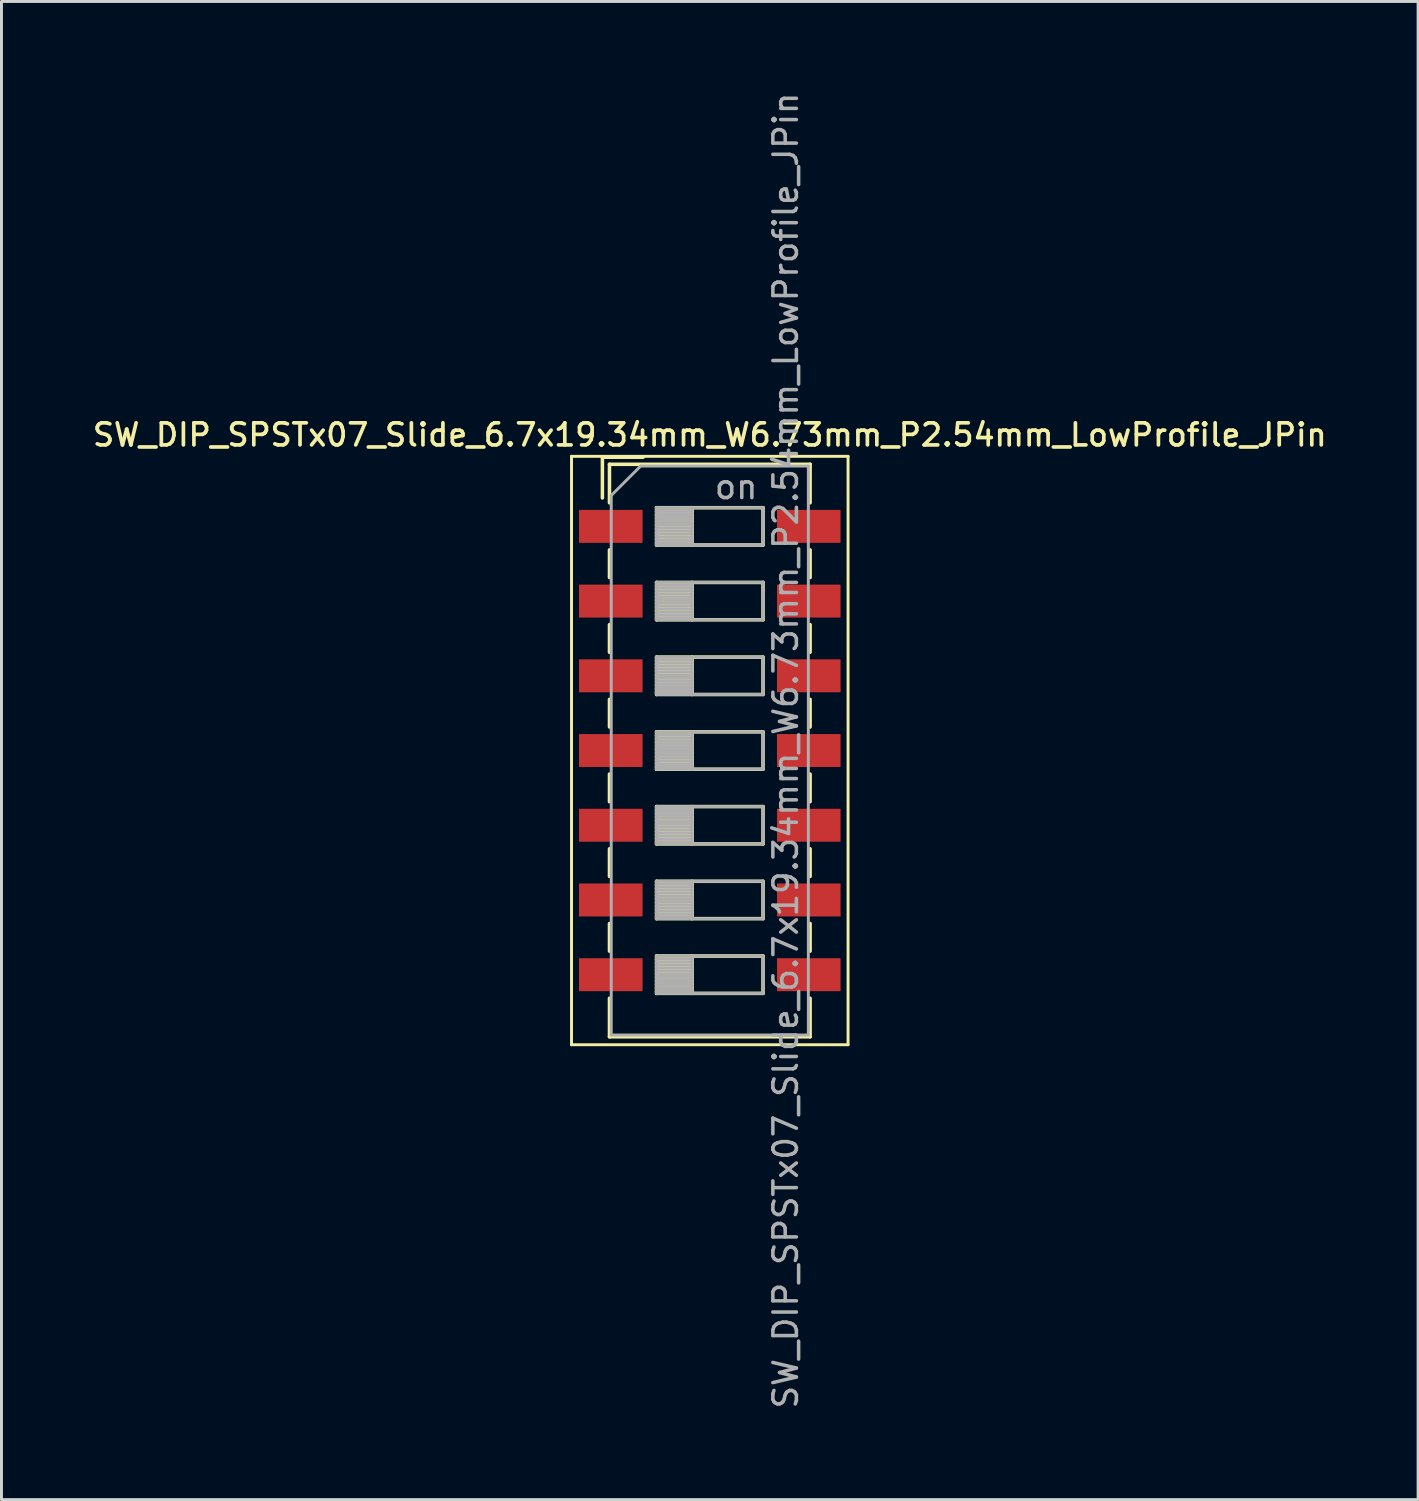
<source format=kicad_pcb>
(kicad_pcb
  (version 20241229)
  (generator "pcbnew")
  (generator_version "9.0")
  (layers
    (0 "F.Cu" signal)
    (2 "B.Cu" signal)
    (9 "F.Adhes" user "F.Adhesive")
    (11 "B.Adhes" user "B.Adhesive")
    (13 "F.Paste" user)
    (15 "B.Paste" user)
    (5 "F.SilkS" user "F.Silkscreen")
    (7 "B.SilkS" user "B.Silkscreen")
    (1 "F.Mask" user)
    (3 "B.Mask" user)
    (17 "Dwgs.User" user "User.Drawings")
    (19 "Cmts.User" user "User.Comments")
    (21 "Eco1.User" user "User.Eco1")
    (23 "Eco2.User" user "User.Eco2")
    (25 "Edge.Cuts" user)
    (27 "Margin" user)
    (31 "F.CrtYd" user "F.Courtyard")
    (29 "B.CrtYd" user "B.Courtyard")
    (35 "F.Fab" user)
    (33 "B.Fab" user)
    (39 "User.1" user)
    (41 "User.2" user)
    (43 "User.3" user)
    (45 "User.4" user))
  (footprint "SW_DIP_SPSTx07_Slide_6.7x19.34mm_W6.73mm_P2.54mm_LowProfile_JPin"
    (layer "F.Cu")
    (at 21.077 22.462)
    (property "Reference" "SW_DIP_SPSTx07_Slide_6.7x19.34mm_W6.73mm_P2.54mm_LowProfile_JPin" (at 0 -10.73 0) (layer "F.SilkS") (effects (font (size 0.75 0.75) (thickness 0.125))))
    (attr smd)
    (fp_line (start -4.7 -10) (end -4.7 10) (stroke (width 0.1) (type solid)) (layer "F.SilkS"))
    (fp_line (start -4.7 10) (end 4.7 10) (stroke (width 0.1) (type solid)) (layer "F.SilkS"))
    (fp_line (start -3.65 -9.97) (end -3.65 -8.587) (stroke (width 0.12) (type solid)) (layer "F.SilkS"))
    (fp_line (start -3.65 -9.97) (end -2.267 -9.97) (stroke (width 0.12) (type solid)) (layer "F.SilkS"))
    (fp_line (start -3.41 -9.73) (end -3.41 -8.42) (stroke (width 0.12) (type solid)) (layer "F.SilkS"))
    (fp_line (start -3.41 -9.73) (end 3.41 -9.73) (stroke (width 0.12) (type solid)) (layer "F.SilkS"))
    (fp_line (start -3.41 -6.82) (end -3.41 -5.88) (stroke (width 0.12) (type solid)) (layer "F.SilkS"))
    (fp_line (start -3.41 -4.28) (end -3.41 -3.34) (stroke (width 0.12) (type solid)) (layer "F.SilkS"))
    (fp_line (start -3.41 -1.74) (end -3.41 -0.8) (stroke (width 0.12) (type solid)) (layer "F.SilkS"))
    (fp_line (start -3.41 0.8) (end -3.41 1.74) (stroke (width 0.12) (type solid)) (layer "F.SilkS"))
    (fp_line (start -3.41 3.34) (end -3.41 4.28) (stroke (width 0.12) (type solid)) (layer "F.SilkS"))
    (fp_line (start -3.41 5.88) (end -3.41 6.82) (stroke (width 0.12) (type solid)) (layer "F.SilkS"))
    (fp_line (start -3.41 8.42) (end -3.41 9.73) (stroke (width 0.12) (type solid)) (layer "F.SilkS"))
    (fp_line (start -3.41 9.73) (end 3.41 9.73) (stroke (width 0.12) (type solid)) (layer "F.SilkS"))
    (fp_line (start -1.81 -8.255) (end -1.81 -6.985) (stroke (width 0.12) (type solid)) (layer "F.SilkS"))
    (fp_line (start -1.81 -8.135) (end -0.603 -8.135) (stroke (width 0.12) (type solid)) (layer "F.SilkS"))
    (fp_line (start -1.81 -8.015) (end -0.603 -8.015) (stroke (width 0.12) (type solid)) (layer "F.SilkS"))
    (fp_line (start -1.81 -7.895) (end -0.603 -7.895) (stroke (width 0.12) (type solid)) (layer "F.SilkS"))
    (fp_line (start -1.81 -7.775) (end -0.603 -7.775) (stroke (width 0.12) (type solid)) (layer "F.SilkS"))
    (fp_line (start -1.81 -7.655) (end -0.603 -7.655) (stroke (width 0.12) (type solid)) (layer "F.SilkS"))
    (fp_line (start -1.81 -7.535) (end -0.603 -7.535) (stroke (width 0.12) (type solid)) (layer "F.SilkS"))
    (fp_line (start -1.81 -7.415) (end -0.603 -7.415) (stroke (width 0.12) (type solid)) (layer "F.SilkS"))
    (fp_line (start -1.81 -7.295) (end -0.603 -7.295) (stroke (width 0.12) (type solid)) (layer "F.SilkS"))
    (fp_line (start -1.81 -7.175) (end -0.603 -7.175) (stroke (width 0.12) (type solid)) (layer "F.SilkS"))
    (fp_line (start -1.81 -7.055) (end -0.603 -7.055) (stroke (width 0.12) (type solid)) (layer "F.SilkS"))
    (fp_line (start -1.81 -6.985) (end 1.81 -6.985) (stroke (width 0.12) (type solid)) (layer "F.SilkS"))
    (fp_line (start -1.81 -5.715) (end -1.81 -4.445) (stroke (width 0.12) (type solid)) (layer "F.SilkS"))
    (fp_line (start -1.81 -5.595) (end -0.603 -5.595) (stroke (width 0.12) (type solid)) (layer "F.SilkS"))
    (fp_line (start -1.81 -5.475) (end -0.603 -5.475) (stroke (width 0.12) (type solid)) (layer "F.SilkS"))
    (fp_line (start -1.81 -5.355) (end -0.603 -5.355) (stroke (width 0.12) (type solid)) (layer "F.SilkS"))
    (fp_line (start -1.81 -5.235) (end -0.603 -5.235) (stroke (width 0.12) (type solid)) (layer "F.SilkS"))
    (fp_line (start -1.81 -5.115) (end -0.603 -5.115) (stroke (width 0.12) (type solid)) (layer "F.SilkS"))
    (fp_line (start -1.81 -4.995) (end -0.603 -4.995) (stroke (width 0.12) (type solid)) (layer "F.SilkS"))
    (fp_line (start -1.81 -4.875) (end -0.603 -4.875) (stroke (width 0.12) (type solid)) (layer "F.SilkS"))
    (fp_line (start -1.81 -4.755) (end -0.603 -4.755) (stroke (width 0.12) (type solid)) (layer "F.SilkS"))
    (fp_line (start -1.81 -4.635) (end -0.603 -4.635) (stroke (width 0.12) (type solid)) (layer "F.SilkS"))
    (fp_line (start -1.81 -4.515) (end -0.603 -4.515) (stroke (width 0.12) (type solid)) (layer "F.SilkS"))
    (fp_line (start -1.81 -4.445) (end 1.81 -4.445) (stroke (width 0.12) (type solid)) (layer "F.SilkS"))
    (fp_line (start -1.81 -3.175) (end -1.81 -1.905) (stroke (width 0.12) (type solid)) (layer "F.SilkS"))
    (fp_line (start -1.81 -3.055) (end -0.603 -3.055) (stroke (width 0.12) (type solid)) (layer "F.SilkS"))
    (fp_line (start -1.81 -2.935) (end -0.603 -2.935) (stroke (width 0.12) (type solid)) (layer "F.SilkS"))
    (fp_line (start -1.81 -2.815) (end -0.603 -2.815) (stroke (width 0.12) (type solid)) (layer "F.SilkS"))
    (fp_line (start -1.81 -2.695) (end -0.603 -2.695) (stroke (width 0.12) (type solid)) (layer "F.SilkS"))
    (fp_line (start -1.81 -2.575) (end -0.603 -2.575) (stroke (width 0.12) (type solid)) (layer "F.SilkS"))
    (fp_line (start -1.81 -2.455) (end -0.603 -2.455) (stroke (width 0.12) (type solid)) (layer "F.SilkS"))
    (fp_line (start -1.81 -2.335) (end -0.603 -2.335) (stroke (width 0.12) (type solid)) (layer "F.SilkS"))
    (fp_line (start -1.81 -2.215) (end -0.603 -2.215) (stroke (width 0.12) (type solid)) (layer "F.SilkS"))
    (fp_line (start -1.81 -2.095) (end -0.603 -2.095) (stroke (width 0.12) (type solid)) (layer "F.SilkS"))
    (fp_line (start -1.81 -1.975) (end -0.603 -1.975) (stroke (width 0.12) (type solid)) (layer "F.SilkS"))
    (fp_line (start -1.81 -1.905) (end 1.81 -1.905) (stroke (width 0.12) (type solid)) (layer "F.SilkS"))
    (fp_line (start -1.81 -0.635) (end -1.81 0.635) (stroke (width 0.12) (type solid)) (layer "F.SilkS"))
    (fp_line (start -1.81 -0.515) (end -0.603 -0.515) (stroke (width 0.12) (type solid)) (layer "F.SilkS"))
    (fp_line (start -1.81 -0.395) (end -0.603 -0.395) (stroke (width 0.12) (type solid)) (layer "F.SilkS"))
    (fp_line (start -1.81 -0.275) (end -0.603 -0.275) (stroke (width 0.12) (type solid)) (layer "F.SilkS"))
    (fp_line (start -1.81 -0.155) (end -0.603 -0.155) (stroke (width 0.12) (type solid)) (layer "F.SilkS"))
    (fp_line (start -1.81 -0.035) (end -0.603 -0.035) (stroke (width 0.12) (type solid)) (layer "F.SilkS"))
    (fp_line (start -1.81 0.085) (end -0.603 0.085) (stroke (width 0.12) (type solid)) (layer "F.SilkS"))
    (fp_line (start -1.81 0.205) (end -0.603 0.205) (stroke (width 0.12) (type solid)) (layer "F.SilkS"))
    (fp_line (start -1.81 0.325) (end -0.603 0.325) (stroke (width 0.12) (type solid)) (layer "F.SilkS"))
    (fp_line (start -1.81 0.445) (end -0.603 0.445) (stroke (width 0.12) (type solid)) (layer "F.SilkS"))
    (fp_line (start -1.81 0.565) (end -0.603 0.565) (stroke (width 0.12) (type solid)) (layer "F.SilkS"))
    (fp_line (start -1.81 0.635) (end 1.81 0.635) (stroke (width 0.12) (type solid)) (layer "F.SilkS"))
    (fp_line (start -1.81 1.905) (end -1.81 3.175) (stroke (width 0.12) (type solid)) (layer "F.SilkS"))
    (fp_line (start -1.81 2.025) (end -0.603 2.025) (stroke (width 0.12) (type solid)) (layer "F.SilkS"))
    (fp_line (start -1.81 2.145) (end -0.603 2.145) (stroke (width 0.12) (type solid)) (layer "F.SilkS"))
    (fp_line (start -1.81 2.265) (end -0.603 2.265) (stroke (width 0.12) (type solid)) (layer "F.SilkS"))
    (fp_line (start -1.81 2.385) (end -0.603 2.385) (stroke (width 0.12) (type solid)) (layer "F.SilkS"))
    (fp_line (start -1.81 2.505) (end -0.603 2.505) (stroke (width 0.12) (type solid)) (layer "F.SilkS"))
    (fp_line (start -1.81 2.625) (end -0.603 2.625) (stroke (width 0.12) (type solid)) (layer "F.SilkS"))
    (fp_line (start -1.81 2.745) (end -0.603 2.745) (stroke (width 0.12) (type solid)) (layer "F.SilkS"))
    (fp_line (start -1.81 2.865) (end -0.603 2.865) (stroke (width 0.12) (type solid)) (layer "F.SilkS"))
    (fp_line (start -1.81 2.985) (end -0.603 2.985) (stroke (width 0.12) (type solid)) (layer "F.SilkS"))
    (fp_line (start -1.81 3.105) (end -0.603 3.105) (stroke (width 0.12) (type solid)) (layer "F.SilkS"))
    (fp_line (start -1.81 3.175) (end 1.81 3.175) (stroke (width 0.12) (type solid)) (layer "F.SilkS"))
    (fp_line (start -1.81 4.445) (end -1.81 5.715) (stroke (width 0.12) (type solid)) (layer "F.SilkS"))
    (fp_line (start -1.81 4.565) (end -0.603 4.565) (stroke (width 0.12) (type solid)) (layer "F.SilkS"))
    (fp_line (start -1.81 4.685) (end -0.603 4.685) (stroke (width 0.12) (type solid)) (layer "F.SilkS"))
    (fp_line (start -1.81 4.805) (end -0.603 4.805) (stroke (width 0.12) (type solid)) (layer "F.SilkS"))
    (fp_line (start -1.81 4.925) (end -0.603 4.925) (stroke (width 0.12) (type solid)) (layer "F.SilkS"))
    (fp_line (start -1.81 5.045) (end -0.603 5.045) (stroke (width 0.12) (type solid)) (layer "F.SilkS"))
    (fp_line (start -1.81 5.165) (end -0.603 5.165) (stroke (width 0.12) (type solid)) (layer "F.SilkS"))
    (fp_line (start -1.81 5.285) (end -0.603 5.285) (stroke (width 0.12) (type solid)) (layer "F.SilkS"))
    (fp_line (start -1.81 5.405) (end -0.603 5.405) (stroke (width 0.12) (type solid)) (layer "F.SilkS"))
    (fp_line (start -1.81 5.525) (end -0.603 5.525) (stroke (width 0.12) (type solid)) (layer "F.SilkS"))
    (fp_line (start -1.81 5.645) (end -0.603 5.645) (stroke (width 0.12) (type solid)) (layer "F.SilkS"))
    (fp_line (start -1.81 5.715) (end 1.81 5.715) (stroke (width 0.12) (type solid)) (layer "F.SilkS"))
    (fp_line (start -1.81 6.985) (end -1.81 8.255) (stroke (width 0.12) (type solid)) (layer "F.SilkS"))
    (fp_line (start -1.81 7.105) (end -0.603 7.105) (stroke (width 0.12) (type solid)) (layer "F.SilkS"))
    (fp_line (start -1.81 7.225) (end -0.603 7.225) (stroke (width 0.12) (type solid)) (layer "F.SilkS"))
    (fp_line (start -1.81 7.345) (end -0.603 7.345) (stroke (width 0.12) (type solid)) (layer "F.SilkS"))
    (fp_line (start -1.81 7.465) (end -0.603 7.465) (stroke (width 0.12) (type solid)) (layer "F.SilkS"))
    (fp_line (start -1.81 7.585) (end -0.603 7.585) (stroke (width 0.12) (type solid)) (layer "F.SilkS"))
    (fp_line (start -1.81 7.705) (end -0.603 7.705) (stroke (width 0.12) (type solid)) (layer "F.SilkS"))
    (fp_line (start -1.81 7.825) (end -0.603 7.825) (stroke (width 0.12) (type solid)) (layer "F.SilkS"))
    (fp_line (start -1.81 7.945) (end -0.603 7.945) (stroke (width 0.12) (type solid)) (layer "F.SilkS"))
    (fp_line (start -1.81 8.065) (end -0.603 8.065) (stroke (width 0.12) (type solid)) (layer "F.SilkS"))
    (fp_line (start -1.81 8.185) (end -0.603 8.185) (stroke (width 0.12) (type solid)) (layer "F.SilkS"))
    (fp_line (start -1.81 8.255) (end 1.81 8.255) (stroke (width 0.12) (type solid)) (layer "F.SilkS"))
    (fp_line (start -0.603 -8.255) (end -0.603 -6.985) (stroke (width 0.12) (type solid)) (layer "F.SilkS"))
    (fp_line (start -0.603 -5.715) (end -0.603 -4.445) (stroke (width 0.12) (type solid)) (layer "F.SilkS"))
    (fp_line (start -0.603 -3.175) (end -0.603 -1.905) (stroke (width 0.12) (type solid)) (layer "F.SilkS"))
    (fp_line (start -0.603 -0.635) (end -0.603 0.635) (stroke (width 0.12) (type solid)) (layer "F.SilkS"))
    (fp_line (start -0.603 1.905) (end -0.603 3.175) (stroke (width 0.12) (type solid)) (layer "F.SilkS"))
    (fp_line (start -0.603 4.445) (end -0.603 5.715) (stroke (width 0.12) (type solid)) (layer "F.SilkS"))
    (fp_line (start -0.603 6.985) (end -0.603 8.255) (stroke (width 0.12) (type solid)) (layer "F.SilkS"))
    (fp_line (start 1.81 -8.255) (end -1.81 -8.255) (stroke (width 0.12) (type solid)) (layer "F.SilkS"))
    (fp_line (start 1.81 -6.985) (end 1.81 -8.255) (stroke (width 0.12) (type solid)) (layer "F.SilkS"))
    (fp_line (start 1.81 -5.715) (end -1.81 -5.715) (stroke (width 0.12) (type solid)) (layer "F.SilkS"))
    (fp_line (start 1.81 -4.445) (end 1.81 -5.715) (stroke (width 0.12) (type solid)) (layer "F.SilkS"))
    (fp_line (start 1.81 -3.175) (end -1.81 -3.175) (stroke (width 0.12) (type solid)) (layer "F.SilkS"))
    (fp_line (start 1.81 -1.905) (end 1.81 -3.175) (stroke (width 0.12) (type solid)) (layer "F.SilkS"))
    (fp_line (start 1.81 -0.635) (end -1.81 -0.635) (stroke (width 0.12) (type solid)) (layer "F.SilkS"))
    (fp_line (start 1.81 0.635) (end 1.81 -0.635) (stroke (width 0.12) (type solid)) (layer "F.SilkS"))
    (fp_line (start 1.81 1.905) (end -1.81 1.905) (stroke (width 0.12) (type solid)) (layer "F.SilkS"))
    (fp_line (start 1.81 3.175) (end 1.81 1.905) (stroke (width 0.12) (type solid)) (layer "F.SilkS"))
    (fp_line (start 1.81 4.445) (end -1.81 4.445) (stroke (width 0.12) (type solid)) (layer "F.SilkS"))
    (fp_line (start 1.81 5.715) (end 1.81 4.445) (stroke (width 0.12) (type solid)) (layer "F.SilkS"))
    (fp_line (start 1.81 6.985) (end -1.81 6.985) (stroke (width 0.12) (type solid)) (layer "F.SilkS"))
    (fp_line (start 1.81 8.255) (end 1.81 6.985) (stroke (width 0.12) (type solid)) (layer "F.SilkS"))
    (fp_line (start 3.41 -9.73) (end 3.41 -8.42) (stroke (width 0.12) (type solid)) (layer "F.SilkS"))
    (fp_line (start 3.41 -6.82) (end 3.41 -5.88) (stroke (width 0.12) (type solid)) (layer "F.SilkS"))
    (fp_line (start 3.41 -4.28) (end 3.41 -3.34) (stroke (width 0.12) (type solid)) (layer "F.SilkS"))
    (fp_line (start 3.41 -1.74) (end 3.41 -0.8) (stroke (width 0.12) (type solid)) (layer "F.SilkS"))
    (fp_line (start 3.41 0.8) (end 3.41 1.74) (stroke (width 0.12) (type solid)) (layer "F.SilkS"))
    (fp_line (start 3.41 3.34) (end 3.41 4.28) (stroke (width 0.12) (type solid)) (layer "F.SilkS"))
    (fp_line (start 3.41 5.88) (end 3.41 6.82) (stroke (width 0.12) (type solid)) (layer "F.SilkS"))
    (fp_line (start 3.41 8.42) (end 3.41 9.73) (stroke (width 0.12) (type solid)) (layer "F.SilkS"))
    (fp_line (start 4.7 -10) (end -4.7 -10) (stroke (width 0.1) (type solid)) (layer "F.SilkS"))
    (fp_line (start 4.7 10) (end 4.7 -10) (stroke (width 0.1) (type solid)) (layer "F.SilkS"))
    (fp_line (start -3.35 -8.67) (end -2.35 -9.67) (stroke (width 0.1) (type solid)) (layer "F.Fab"))
    (fp_line (start -3.35 9.67) (end -3.35 -8.67) (stroke (width 0.1) (type solid)) (layer "F.Fab"))
    (fp_line (start -2.35 -9.67) (end 3.35 -9.67) (stroke (width 0.1) (type solid)) (layer "F.Fab"))
    (fp_line (start -1.81 -8.255) (end -1.81 -6.985) (stroke (width 0.1) (type solid)) (layer "F.Fab"))
    (fp_line (start -1.81 -8.155) (end -0.603 -8.155) (stroke (width 0.1) (type solid)) (layer "F.Fab"))
    (fp_line (start -1.81 -8.055) (end -0.603 -8.055) (stroke (width 0.1) (type solid)) (layer "F.Fab"))
    (fp_line (start -1.81 -7.955) (end -0.603 -7.955) (stroke (width 0.1) (type solid)) (layer "F.Fab"))
    (fp_line (start -1.81 -7.855) (end -0.603 -7.855) (stroke (width 0.1) (type solid)) (layer "F.Fab"))
    (fp_line (start -1.81 -7.755) (end -0.603 -7.755) (stroke (width 0.1) (type solid)) (layer "F.Fab"))
    (fp_line (start -1.81 -7.655) (end -0.603 -7.655) (stroke (width 0.1) (type solid)) (layer "F.Fab"))
    (fp_line (start -1.81 -7.555) (end -0.603 -7.555) (stroke (width 0.1) (type solid)) (layer "F.Fab"))
    (fp_line (start -1.81 -7.455) (end -0.603 -7.455) (stroke (width 0.1) (type solid)) (layer "F.Fab"))
    (fp_line (start -1.81 -7.355) (end -0.603 -7.355) (stroke (width 0.1) (type solid)) (layer "F.Fab"))
    (fp_line (start -1.81 -7.255) (end -0.603 -7.255) (stroke (width 0.1) (type solid)) (layer "F.Fab"))
    (fp_line (start -1.81 -7.155) (end -0.603 -7.155) (stroke (width 0.1) (type solid)) (layer "F.Fab"))
    (fp_line (start -1.81 -7.055) (end -0.603 -7.055) (stroke (width 0.1) (type solid)) (layer "F.Fab"))
    (fp_line (start -1.81 -6.985) (end 1.81 -6.985) (stroke (width 0.1) (type solid)) (layer "F.Fab"))
    (fp_line (start -1.81 -5.715) (end -1.81 -4.445) (stroke (width 0.1) (type solid)) (layer "F.Fab"))
    (fp_line (start -1.81 -5.615) (end -0.603 -5.615) (stroke (width 0.1) (type solid)) (layer "F.Fab"))
    (fp_line (start -1.81 -5.515) (end -0.603 -5.515) (stroke (width 0.1) (type solid)) (layer "F.Fab"))
    (fp_line (start -1.81 -5.415) (end -0.603 -5.415) (stroke (width 0.1) (type solid)) (layer "F.Fab"))
    (fp_line (start -1.81 -5.315) (end -0.603 -5.315) (stroke (width 0.1) (type solid)) (layer "F.Fab"))
    (fp_line (start -1.81 -5.215) (end -0.603 -5.215) (stroke (width 0.1) (type solid)) (layer "F.Fab"))
    (fp_line (start -1.81 -5.115) (end -0.603 -5.115) (stroke (width 0.1) (type solid)) (layer "F.Fab"))
    (fp_line (start -1.81 -5.015) (end -0.603 -5.015) (stroke (width 0.1) (type solid)) (layer "F.Fab"))
    (fp_line (start -1.81 -4.915) (end -0.603 -4.915) (stroke (width 0.1) (type solid)) (layer "F.Fab"))
    (fp_line (start -1.81 -4.815) (end -0.603 -4.815) (stroke (width 0.1) (type solid)) (layer "F.Fab"))
    (fp_line (start -1.81 -4.715) (end -0.603 -4.715) (stroke (width 0.1) (type solid)) (layer "F.Fab"))
    (fp_line (start -1.81 -4.615) (end -0.603 -4.615) (stroke (width 0.1) (type solid)) (layer "F.Fab"))
    (fp_line (start -1.81 -4.515) (end -0.603 -4.515) (stroke (width 0.1) (type solid)) (layer "F.Fab"))
    (fp_line (start -1.81 -4.445) (end 1.81 -4.445) (stroke (width 0.1) (type solid)) (layer "F.Fab"))
    (fp_line (start -1.81 -3.175) (end -1.81 -1.905) (stroke (width 0.1) (type solid)) (layer "F.Fab"))
    (fp_line (start -1.81 -3.075) (end -0.603 -3.075) (stroke (width 0.1) (type solid)) (layer "F.Fab"))
    (fp_line (start -1.81 -2.975) (end -0.603 -2.975) (stroke (width 0.1) (type solid)) (layer "F.Fab"))
    (fp_line (start -1.81 -2.875) (end -0.603 -2.875) (stroke (width 0.1) (type solid)) (layer "F.Fab"))
    (fp_line (start -1.81 -2.775) (end -0.603 -2.775) (stroke (width 0.1) (type solid)) (layer "F.Fab"))
    (fp_line (start -1.81 -2.675) (end -0.603 -2.675) (stroke (width 0.1) (type solid)) (layer "F.Fab"))
    (fp_line (start -1.81 -2.575) (end -0.603 -2.575) (stroke (width 0.1) (type solid)) (layer "F.Fab"))
    (fp_line (start -1.81 -2.475) (end -0.603 -2.475) (stroke (width 0.1) (type solid)) (layer "F.Fab"))
    (fp_line (start -1.81 -2.375) (end -0.603 -2.375) (stroke (width 0.1) (type solid)) (layer "F.Fab"))
    (fp_line (start -1.81 -2.275) (end -0.603 -2.275) (stroke (width 0.1) (type solid)) (layer "F.Fab"))
    (fp_line (start -1.81 -2.175) (end -0.603 -2.175) (stroke (width 0.1) (type solid)) (layer "F.Fab"))
    (fp_line (start -1.81 -2.075) (end -0.603 -2.075) (stroke (width 0.1) (type solid)) (layer "F.Fab"))
    (fp_line (start -1.81 -1.975) (end -0.603 -1.975) (stroke (width 0.1) (type solid)) (layer "F.Fab"))
    (fp_line (start -1.81 -1.905) (end 1.81 -1.905) (stroke (width 0.1) (type solid)) (layer "F.Fab"))
    (fp_line (start -1.81 -0.635) (end -1.81 0.635) (stroke (width 0.1) (type solid)) (layer "F.Fab"))
    (fp_line (start -1.81 -0.535) (end -0.603 -0.535) (stroke (width 0.1) (type solid)) (layer "F.Fab"))
    (fp_line (start -1.81 -0.435) (end -0.603 -0.435) (stroke (width 0.1) (type solid)) (layer "F.Fab"))
    (fp_line (start -1.81 -0.335) (end -0.603 -0.335) (stroke (width 0.1) (type solid)) (layer "F.Fab"))
    (fp_line (start -1.81 -0.235) (end -0.603 -0.235) (stroke (width 0.1) (type solid)) (layer "F.Fab"))
    (fp_line (start -1.81 -0.135) (end -0.603 -0.135) (stroke (width 0.1) (type solid)) (layer "F.Fab"))
    (fp_line (start -1.81 -0.035) (end -0.603 -0.035) (stroke (width 0.1) (type solid)) (layer "F.Fab"))
    (fp_line (start -1.81 0.065) (end -0.603 0.065) (stroke (width 0.1) (type solid)) (layer "F.Fab"))
    (fp_line (start -1.81 0.165) (end -0.603 0.165) (stroke (width 0.1) (type solid)) (layer "F.Fab"))
    (fp_line (start -1.81 0.265) (end -0.603 0.265) (stroke (width 0.1) (type solid)) (layer "F.Fab"))
    (fp_line (start -1.81 0.365) (end -0.603 0.365) (stroke (width 0.1) (type solid)) (layer "F.Fab"))
    (fp_line (start -1.81 0.465) (end -0.603 0.465) (stroke (width 0.1) (type solid)) (layer "F.Fab"))
    (fp_line (start -1.81 0.565) (end -0.603 0.565) (stroke (width 0.1) (type solid)) (layer "F.Fab"))
    (fp_line (start -1.81 0.635) (end 1.81 0.635) (stroke (width 0.1) (type solid)) (layer "F.Fab"))
    (fp_line (start -1.81 1.905) (end -1.81 3.175) (stroke (width 0.1) (type solid)) (layer "F.Fab"))
    (fp_line (start -1.81 2.005) (end -0.603 2.005) (stroke (width 0.1) (type solid)) (layer "F.Fab"))
    (fp_line (start -1.81 2.105) (end -0.603 2.105) (stroke (width 0.1) (type solid)) (layer "F.Fab"))
    (fp_line (start -1.81 2.205) (end -0.603 2.205) (stroke (width 0.1) (type solid)) (layer "F.Fab"))
    (fp_line (start -1.81 2.305) (end -0.603 2.305) (stroke (width 0.1) (type solid)) (layer "F.Fab"))
    (fp_line (start -1.81 2.405) (end -0.603 2.405) (stroke (width 0.1) (type solid)) (layer "F.Fab"))
    (fp_line (start -1.81 2.505) (end -0.603 2.505) (stroke (width 0.1) (type solid)) (layer "F.Fab"))
    (fp_line (start -1.81 2.605) (end -0.603 2.605) (stroke (width 0.1) (type solid)) (layer "F.Fab"))
    (fp_line (start -1.81 2.705) (end -0.603 2.705) (stroke (width 0.1) (type solid)) (layer "F.Fab"))
    (fp_line (start -1.81 2.805) (end -0.603 2.805) (stroke (width 0.1) (type solid)) (layer "F.Fab"))
    (fp_line (start -1.81 2.905) (end -0.603 2.905) (stroke (width 0.1) (type solid)) (layer "F.Fab"))
    (fp_line (start -1.81 3.005) (end -0.603 3.005) (stroke (width 0.1) (type solid)) (layer "F.Fab"))
    (fp_line (start -1.81 3.105) (end -0.603 3.105) (stroke (width 0.1) (type solid)) (layer "F.Fab"))
    (fp_line (start -1.81 3.175) (end 1.81 3.175) (stroke (width 0.1) (type solid)) (layer "F.Fab"))
    (fp_line (start -1.81 4.445) (end -1.81 5.715) (stroke (width 0.1) (type solid)) (layer "F.Fab"))
    (fp_line (start -1.81 4.545) (end -0.603 4.545) (stroke (width 0.1) (type solid)) (layer "F.Fab"))
    (fp_line (start -1.81 4.645) (end -0.603 4.645) (stroke (width 0.1) (type solid)) (layer "F.Fab"))
    (fp_line (start -1.81 4.745) (end -0.603 4.745) (stroke (width 0.1) (type solid)) (layer "F.Fab"))
    (fp_line (start -1.81 4.845) (end -0.603 4.845) (stroke (width 0.1) (type solid)) (layer "F.Fab"))
    (fp_line (start -1.81 4.945) (end -0.603 4.945) (stroke (width 0.1) (type solid)) (layer "F.Fab"))
    (fp_line (start -1.81 5.045) (end -0.603 5.045) (stroke (width 0.1) (type solid)) (layer "F.Fab"))
    (fp_line (start -1.81 5.145) (end -0.603 5.145) (stroke (width 0.1) (type solid)) (layer "F.Fab"))
    (fp_line (start -1.81 5.245) (end -0.603 5.245) (stroke (width 0.1) (type solid)) (layer "F.Fab"))
    (fp_line (start -1.81 5.345) (end -0.603 5.345) (stroke (width 0.1) (type solid)) (layer "F.Fab"))
    (fp_line (start -1.81 5.445) (end -0.603 5.445) (stroke (width 0.1) (type solid)) (layer "F.Fab"))
    (fp_line (start -1.81 5.545) (end -0.603 5.545) (stroke (width 0.1) (type solid)) (layer "F.Fab"))
    (fp_line (start -1.81 5.645) (end -0.603 5.645) (stroke (width 0.1) (type solid)) (layer "F.Fab"))
    (fp_line (start -1.81 5.715) (end 1.81 5.715) (stroke (width 0.1) (type solid)) (layer "F.Fab"))
    (fp_line (start -1.81 6.985) (end -1.81 8.255) (stroke (width 0.1) (type solid)) (layer "F.Fab"))
    (fp_line (start -1.81 7.085) (end -0.603 7.085) (stroke (width 0.1) (type solid)) (layer "F.Fab"))
    (fp_line (start -1.81 7.185) (end -0.603 7.185) (stroke (width 0.1) (type solid)) (layer "F.Fab"))
    (fp_line (start -1.81 7.285) (end -0.603 7.285) (stroke (width 0.1) (type solid)) (layer "F.Fab"))
    (fp_line (start -1.81 7.385) (end -0.603 7.385) (stroke (width 0.1) (type solid)) (layer "F.Fab"))
    (fp_line (start -1.81 7.485) (end -0.603 7.485) (stroke (width 0.1) (type solid)) (layer "F.Fab"))
    (fp_line (start -1.81 7.585) (end -0.603 7.585) (stroke (width 0.1) (type solid)) (layer "F.Fab"))
    (fp_line (start -1.81 7.685) (end -0.603 7.685) (stroke (width 0.1) (type solid)) (layer "F.Fab"))
    (fp_line (start -1.81 7.785) (end -0.603 7.785) (stroke (width 0.1) (type solid)) (layer "F.Fab"))
    (fp_line (start -1.81 7.885) (end -0.603 7.885) (stroke (width 0.1) (type solid)) (layer "F.Fab"))
    (fp_line (start -1.81 7.985) (end -0.603 7.985) (stroke (width 0.1) (type solid)) (layer "F.Fab"))
    (fp_line (start -1.81 8.085) (end -0.603 8.085) (stroke (width 0.1) (type solid)) (layer "F.Fab"))
    (fp_line (start -1.81 8.185) (end -0.603 8.185) (stroke (width 0.1) (type solid)) (layer "F.Fab"))
    (fp_line (start -1.81 8.255) (end 1.81 8.255) (stroke (width 0.1) (type solid)) (layer "F.Fab"))
    (fp_line (start -0.603 -8.255) (end -0.603 -6.985) (stroke (width 0.1) (type solid)) (layer "F.Fab"))
    (fp_line (start -0.603 -5.715) (end -0.603 -4.445) (stroke (width 0.1) (type solid)) (layer "F.Fab"))
    (fp_line (start -0.603 -3.175) (end -0.603 -1.905) (stroke (width 0.1) (type solid)) (layer "F.Fab"))
    (fp_line (start -0.603 -0.635) (end -0.603 0.635) (stroke (width 0.1) (type solid)) (layer "F.Fab"))
    (fp_line (start -0.603 1.905) (end -0.603 3.175) (stroke (width 0.1) (type solid)) (layer "F.Fab"))
    (fp_line (start -0.603 4.445) (end -0.603 5.715) (stroke (width 0.1) (type solid)) (layer "F.Fab"))
    (fp_line (start -0.603 6.985) (end -0.603 8.255) (stroke (width 0.1) (type solid)) (layer "F.Fab"))
    (fp_line (start 1.81 -8.255) (end -1.81 -8.255) (stroke (width 0.1) (type solid)) (layer "F.Fab"))
    (fp_line (start 1.81 -6.985) (end 1.81 -8.255) (stroke (width 0.1) (type solid)) (layer "F.Fab"))
    (fp_line (start 1.81 -5.715) (end -1.81 -5.715) (stroke (width 0.1) (type solid)) (layer "F.Fab"))
    (fp_line (start 1.81 -4.445) (end 1.81 -5.715) (stroke (width 0.1) (type solid)) (layer "F.Fab"))
    (fp_line (start 1.81 -3.175) (end -1.81 -3.175) (stroke (width 0.1) (type solid)) (layer "F.Fab"))
    (fp_line (start 1.81 -1.905) (end 1.81 -3.175) (stroke (width 0.1) (type solid)) (layer "F.Fab"))
    (fp_line (start 1.81 -0.635) (end -1.81 -0.635) (stroke (width 0.1) (type solid)) (layer "F.Fab"))
    (fp_line (start 1.81 0.635) (end 1.81 -0.635) (stroke (width 0.1) (type solid)) (layer "F.Fab"))
    (fp_line (start 1.81 1.905) (end -1.81 1.905) (stroke (width 0.1) (type solid)) (layer "F.Fab"))
    (fp_line (start 1.81 3.175) (end 1.81 1.905) (stroke (width 0.1) (type solid)) (layer "F.Fab"))
    (fp_line (start 1.81 4.445) (end -1.81 4.445) (stroke (width 0.1) (type solid)) (layer "F.Fab"))
    (fp_line (start 1.81 5.715) (end 1.81 4.445) (stroke (width 0.1) (type solid)) (layer "F.Fab"))
    (fp_line (start 1.81 6.985) (end -1.81 6.985) (stroke (width 0.1) (type solid)) (layer "F.Fab"))
    (fp_line (start 1.81 8.255) (end 1.81 6.985) (stroke (width 0.1) (type solid)) (layer "F.Fab"))
    (fp_line (start 3.35 -9.67) (end 3.35 9.67) (stroke (width 0.1) (type solid)) (layer "F.Fab"))
    (fp_line (start 3.35 9.67) (end -3.35 9.67) (stroke (width 0.1) (type solid)) (layer "F.Fab"))
    (fp_text user "on" (at 0.897 -8.963 0) (layer "F.Fab") (effects (font (size 0.8 0.8) (thickness 0.12))))
    (fp_text user "${REFERENCE}" (at 2.58 0 90) (layer "F.Fab") (effects (font (size 0.8 0.8) (thickness 0.12))))
    (pad "1" smd rect (at -3.365 -7.62) (size 2.16 1.12) (layers "F.Cu" "F.Mask" "F.Paste"))
    (pad "2" smd rect (at -3.365 -5.08) (size 2.16 1.12) (layers "F.Cu" "F.Mask" "F.Paste"))
    (pad "3" smd rect (at -3.365 -2.54) (size 2.16 1.12) (layers "F.Cu" "F.Mask" "F.Paste"))
    (pad "4" smd rect (at -3.365 0) (size 2.16 1.12) (layers "F.Cu" "F.Mask" "F.Paste"))
    (pad "5" smd rect (at -3.365 2.54) (size 2.16 1.12) (layers "F.Cu" "F.Mask" "F.Paste"))
    (pad "6" smd rect (at -3.365 5.08) (size 2.16 1.12) (layers "F.Cu" "F.Mask" "F.Paste"))
    (pad "7" smd rect (at -3.365 7.62) (size 2.16 1.12) (layers "F.Cu" "F.Mask" "F.Paste"))
    (pad "8" smd rect (at 3.365 7.62) (size 2.16 1.12) (layers "F.Cu" "F.Mask" "F.Paste"))
    (pad "9" smd rect (at 3.365 5.08) (size 2.16 1.12) (layers "F.Cu" "F.Mask" "F.Paste"))
    (pad "10" smd rect (at 3.365 2.54) (size 2.16 1.12) (layers "F.Cu" "F.Mask" "F.Paste"))
    (pad "11" smd rect (at 3.365 0) (size 2.16 1.12) (layers "F.Cu" "F.Mask" "F.Paste"))
    (pad "12" smd rect (at 3.365 -2.54) (size 2.16 1.12) (layers "F.Cu" "F.Mask" "F.Paste"))
    (pad "13" smd rect (at 3.365 -5.08) (size 2.16 1.12) (layers "F.Cu" "F.Mask" "F.Paste"))
    (pad "14" smd rect (at 3.365 -7.62) (size 2.16 1.12) (layers "F.Cu" "F.Mask" "F.Paste")))
  (gr_rect
    (start -3 -3)
    (end 45.154 47.924)
    (stroke (width 0.1) (type default))
    (fill no)
    (layer "Edge.Cuts")))
</source>
